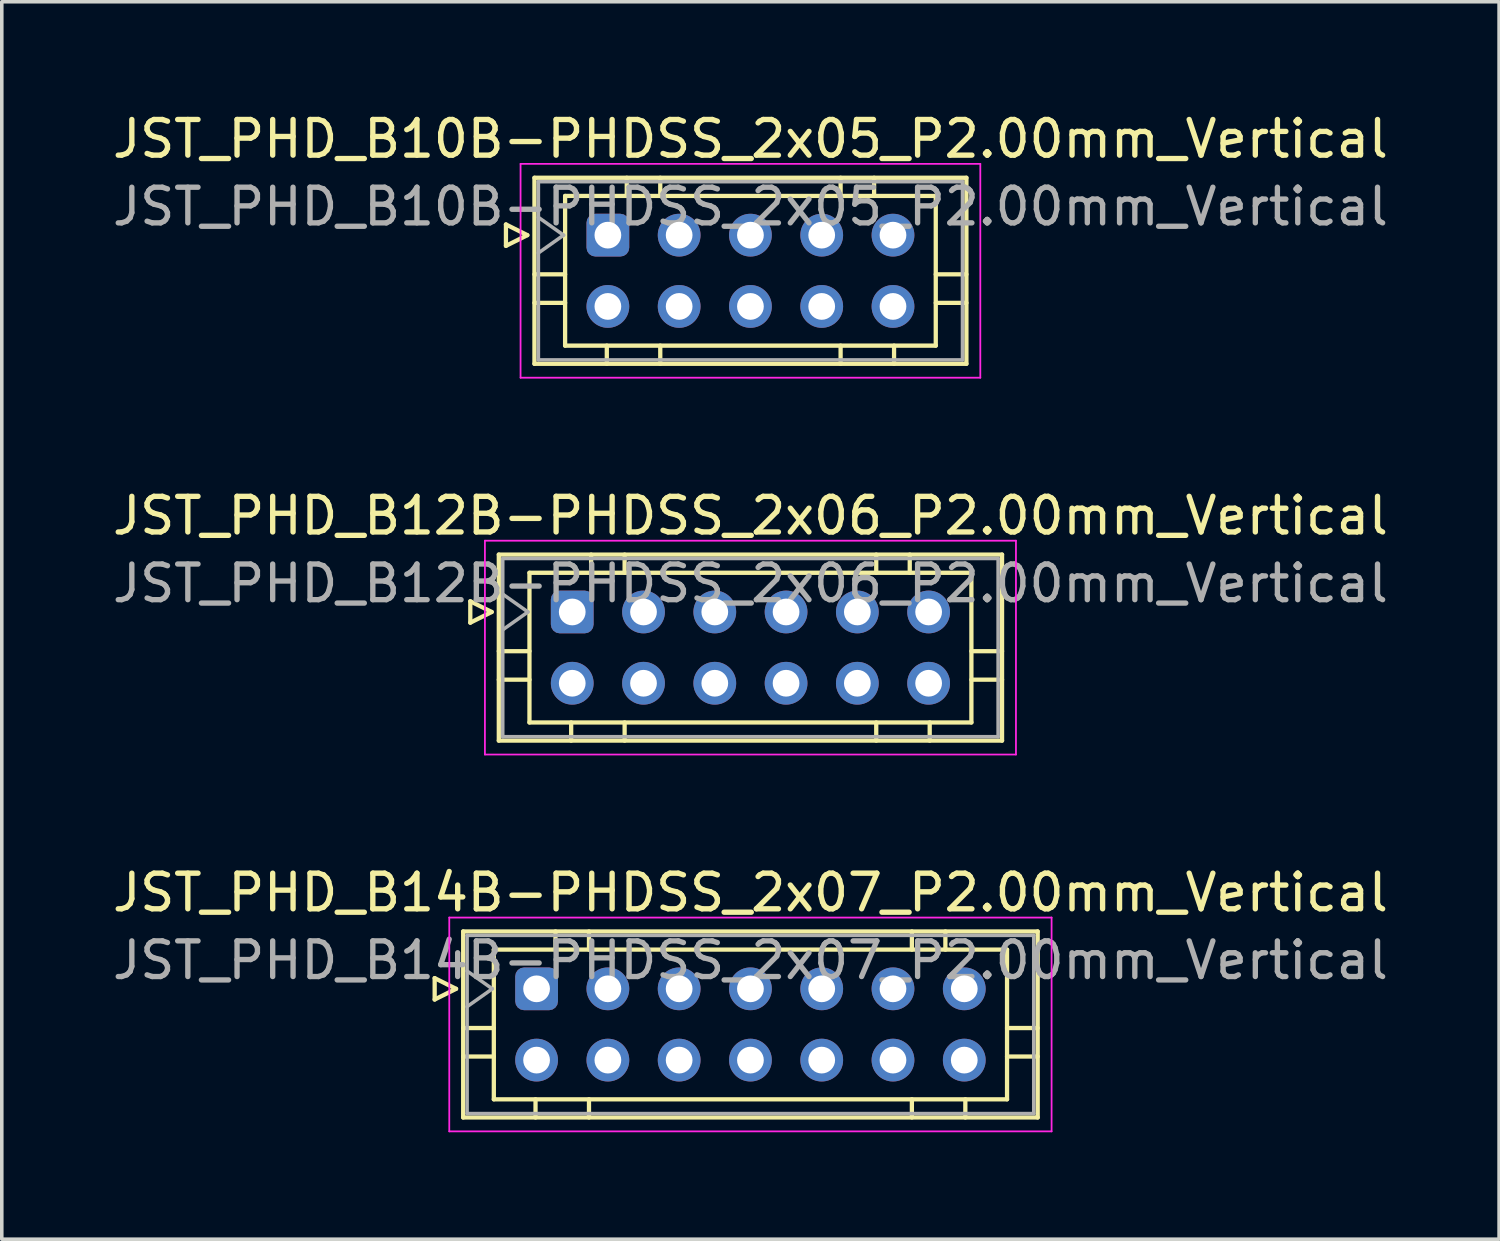
<source format=kicad_pcb>
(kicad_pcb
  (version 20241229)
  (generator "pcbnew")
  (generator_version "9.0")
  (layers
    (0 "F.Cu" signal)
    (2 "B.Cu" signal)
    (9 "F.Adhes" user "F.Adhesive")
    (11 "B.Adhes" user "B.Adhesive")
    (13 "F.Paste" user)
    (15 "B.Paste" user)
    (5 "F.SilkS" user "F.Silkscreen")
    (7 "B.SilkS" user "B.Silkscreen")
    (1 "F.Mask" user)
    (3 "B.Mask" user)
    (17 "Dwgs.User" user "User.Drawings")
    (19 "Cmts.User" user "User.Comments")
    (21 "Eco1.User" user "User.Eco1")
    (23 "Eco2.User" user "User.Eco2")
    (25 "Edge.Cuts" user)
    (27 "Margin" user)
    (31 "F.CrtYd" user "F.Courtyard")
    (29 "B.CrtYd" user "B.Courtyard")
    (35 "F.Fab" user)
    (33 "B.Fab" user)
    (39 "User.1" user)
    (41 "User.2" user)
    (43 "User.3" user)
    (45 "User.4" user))
  (footprint "JST_PHD_B12B-PHDSS_2x06_P2.00mm_Vertical"
    (layer "F.Cu")
    (at 13.006 14.121)
    (property "Reference" "JST_PHD_B12B-PHDSS_2x06_P2.00mm_Vertical" (at 5 -2.7 0) (layer "F.SilkS") (effects (font (size 1 1) (thickness 0.15))))
    (attr through_hole)
    (fp_line (start -2.86 -0.3) (end -2.26 0) (stroke (width 0.12) (type solid)) (layer "F.SilkS"))
    (fp_line (start -2.86 0.3) (end -2.86 -0.3) (stroke (width 0.12) (type solid)) (layer "F.SilkS"))
    (fp_line (start -2.26 0) (end -2.86 0.3) (stroke (width 0.12) (type solid)) (layer "F.SilkS"))
    (fp_line (start -2.06 -1.61) (end -2.06 3.61) (stroke (width 0.12) (type solid)) (layer "F.SilkS"))
    (fp_line (start -2.06 1.1) (end -1.2 1.1) (stroke (width 0.12) (type solid)) (layer "F.SilkS"))
    (fp_line (start -2.06 1.9) (end -1.2 1.9) (stroke (width 0.12) (type solid)) (layer "F.SilkS"))
    (fp_line (start -2.06 3.61) (end 12.06 3.61) (stroke (width 0.12) (type solid)) (layer "F.SilkS"))
    (fp_line (start -1.2 -1.1) (end -1.2 3.1) (stroke (width 0.12) (type solid)) (layer "F.SilkS"))
    (fp_line (start -1.2 3.1) (end 11.2 3.1) (stroke (width 0.12) (type solid)) (layer "F.SilkS"))
    (fp_line (start -0.03 3.61) (end -0.03 3.1) (stroke (width 0.12) (type solid)) (layer "F.SilkS"))
    (fp_line (start 0.53 -1.61) (end 0.53 -1.1) (stroke (width 0.12) (type solid)) (layer "F.SilkS"))
    (fp_line (start 1.47 -1.61) (end 1.47 -1.1) (stroke (width 0.12) (type solid)) (layer "F.SilkS"))
    (fp_line (start 1.47 3.61) (end 1.47 3.1) (stroke (width 0.12) (type solid)) (layer "F.SilkS"))
    (fp_line (start 8.53 -1.61) (end 8.53 -1.1) (stroke (width 0.12) (type solid)) (layer "F.SilkS"))
    (fp_line (start 8.53 3.61) (end 8.53 3.1) (stroke (width 0.12) (type solid)) (layer "F.SilkS"))
    (fp_line (start 9.47 -1.61) (end 9.47 -1.1) (stroke (width 0.12) (type solid)) (layer "F.SilkS"))
    (fp_line (start 10.03 3.61) (end 10.03 3.1) (stroke (width 0.12) (type solid)) (layer "F.SilkS"))
    (fp_line (start 11.2 -1.1) (end -1.2 -1.1) (stroke (width 0.12) (type solid)) (layer "F.SilkS"))
    (fp_line (start 11.2 3.1) (end 11.2 -1.1) (stroke (width 0.12) (type solid)) (layer "F.SilkS"))
    (fp_line (start 12.06 -1.61) (end -2.06 -1.61) (stroke (width 0.12) (type solid)) (layer "F.SilkS"))
    (fp_line (start 12.06 1.1) (end 11.2 1.1) (stroke (width 0.12) (type solid)) (layer "F.SilkS"))
    (fp_line (start 12.06 1.9) (end 11.2 1.9) (stroke (width 0.12) (type solid)) (layer "F.SilkS"))
    (fp_line (start 12.06 3.61) (end 12.06 -1.61) (stroke (width 0.12) (type solid)) (layer "F.SilkS"))
    (fp_line (start -2.45 -2) (end -2.45 4) (stroke (width 0.05) (type solid)) (layer "F.CrtYd"))
    (fp_line (start -2.45 4) (end 12.45 4) (stroke (width 0.05) (type solid)) (layer "F.CrtYd"))
    (fp_line (start 12.45 -2) (end -2.45 -2) (stroke (width 0.05) (type solid)) (layer "F.CrtYd"))
    (fp_line (start 12.45 4) (end 12.45 -2) (stroke (width 0.05) (type solid)) (layer "F.CrtYd"))
    (fp_line (start -1.95 -1.5) (end -1.95 3.5) (stroke (width 0.1) (type solid)) (layer "F.Fab"))
    (fp_line (start -1.95 0.5) (end -1.243 0) (stroke (width 0.1) (type solid)) (layer "F.Fab"))
    (fp_line (start -1.95 3.5) (end 11.95 3.5) (stroke (width 0.1) (type solid)) (layer "F.Fab"))
    (fp_line (start -1.243 0) (end -1.95 -0.5) (stroke (width 0.1) (type solid)) (layer "F.Fab"))
    (fp_line (start 11.95 -1.5) (end -1.95 -1.5) (stroke (width 0.1) (type solid)) (layer "F.Fab"))
    (fp_line (start 11.95 3.5) (end 11.95 -1.5) (stroke (width 0.1) (type solid)) (layer "F.Fab"))
    (fp_text user "${REFERENCE}" (at 5 -0.8 0) (layer "F.Fab") (effects (font (size 1 1) (thickness 0.15))))
    (pad "1" thru_hole roundrect (at 0 0) (size 1.2 1.2) (drill 0.75) (layers "*.Cu" "*.Mask") (roundrect_rratio 0.208))
    (pad "2" thru_hole circle (at 0 2) (size 1.2 1.2) (drill 0.75) (layers "*.Cu" "*.Mask"))
    (pad "3" thru_hole circle (at 2 0) (size 1.2 1.2) (drill 0.75) (layers "*.Cu" "*.Mask"))
    (pad "4" thru_hole circle (at 2 2) (size 1.2 1.2) (drill 0.75) (layers "*.Cu" "*.Mask"))
    (pad "5" thru_hole circle (at 4 0) (size 1.2 1.2) (drill 0.75) (layers "*.Cu" "*.Mask"))
    (pad "6" thru_hole circle (at 4 2) (size 1.2 1.2) (drill 0.75) (layers "*.Cu" "*.Mask"))
    (pad "7" thru_hole circle (at 6 0) (size 1.2 1.2) (drill 0.75) (layers "*.Cu" "*.Mask"))
    (pad "8" thru_hole circle (at 6 2) (size 1.2 1.2) (drill 0.75) (layers "*.Cu" "*.Mask"))
    (pad "9" thru_hole circle (at 8 0) (size 1.2 1.2) (drill 0.75) (layers "*.Cu" "*.Mask"))
    (pad "10" thru_hole circle (at 8 2) (size 1.2 1.2) (drill 0.75) (layers "*.Cu" "*.Mask"))
    (pad "11" thru_hole circle (at 10 0) (size 1.2 1.2) (drill 0.75) (layers "*.Cu" "*.Mask"))
    (pad "12" thru_hole circle (at 10 2) (size 1.2 1.2) (drill 0.75) (layers "*.Cu" "*.Mask")))
  (footprint "JST_PHD_B10B-PHDSS_2x05_P2.00mm_Vertical"
    (layer "F.Cu")
    (at 14.006 3.548)
    (property "Reference" "JST_PHD_B10B-PHDSS_2x05_P2.00mm_Vertical" (at 4 -2.7 0) (layer "F.SilkS") (effects (font (size 1 1) (thickness 0.15))))
    (attr through_hole)
    (fp_line (start -2.86 -0.3) (end -2.26 0) (stroke (width 0.12) (type solid)) (layer "F.SilkS"))
    (fp_line (start -2.86 0.3) (end -2.86 -0.3) (stroke (width 0.12) (type solid)) (layer "F.SilkS"))
    (fp_line (start -2.26 0) (end -2.86 0.3) (stroke (width 0.12) (type solid)) (layer "F.SilkS"))
    (fp_line (start -2.06 -1.61) (end -2.06 3.61) (stroke (width 0.12) (type solid)) (layer "F.SilkS"))
    (fp_line (start -2.06 1.1) (end -1.2 1.1) (stroke (width 0.12) (type solid)) (layer "F.SilkS"))
    (fp_line (start -2.06 1.9) (end -1.2 1.9) (stroke (width 0.12) (type solid)) (layer "F.SilkS"))
    (fp_line (start -2.06 3.61) (end 10.06 3.61) (stroke (width 0.12) (type solid)) (layer "F.SilkS"))
    (fp_line (start -1.2 -1.1) (end -1.2 3.1) (stroke (width 0.12) (type solid)) (layer "F.SilkS"))
    (fp_line (start -1.2 3.1) (end 9.2 3.1) (stroke (width 0.12) (type solid)) (layer "F.SilkS"))
    (fp_line (start -0.03 3.61) (end -0.03 3.1) (stroke (width 0.12) (type solid)) (layer "F.SilkS"))
    (fp_line (start 0.53 -1.61) (end 0.53 -1.1) (stroke (width 0.12) (type solid)) (layer "F.SilkS"))
    (fp_line (start 1.47 -1.61) (end 1.47 -1.1) (stroke (width 0.12) (type solid)) (layer "F.SilkS"))
    (fp_line (start 1.47 3.61) (end 1.47 3.1) (stroke (width 0.12) (type solid)) (layer "F.SilkS"))
    (fp_line (start 6.53 -1.61) (end 6.53 -1.1) (stroke (width 0.12) (type solid)) (layer "F.SilkS"))
    (fp_line (start 6.53 3.61) (end 6.53 3.1) (stroke (width 0.12) (type solid)) (layer "F.SilkS"))
    (fp_line (start 7.47 -1.61) (end 7.47 -1.1) (stroke (width 0.12) (type solid)) (layer "F.SilkS"))
    (fp_line (start 8.03 3.61) (end 8.03 3.1) (stroke (width 0.12) (type solid)) (layer "F.SilkS"))
    (fp_line (start 9.2 -1.1) (end -1.2 -1.1) (stroke (width 0.12) (type solid)) (layer "F.SilkS"))
    (fp_line (start 9.2 3.1) (end 9.2 -1.1) (stroke (width 0.12) (type solid)) (layer "F.SilkS"))
    (fp_line (start 10.06 -1.61) (end -2.06 -1.61) (stroke (width 0.12) (type solid)) (layer "F.SilkS"))
    (fp_line (start 10.06 1.1) (end 9.2 1.1) (stroke (width 0.12) (type solid)) (layer "F.SilkS"))
    (fp_line (start 10.06 1.9) (end 9.2 1.9) (stroke (width 0.12) (type solid)) (layer "F.SilkS"))
    (fp_line (start 10.06 3.61) (end 10.06 -1.61) (stroke (width 0.12) (type solid)) (layer "F.SilkS"))
    (fp_line (start -2.45 -2) (end -2.45 4) (stroke (width 0.05) (type solid)) (layer "F.CrtYd"))
    (fp_line (start -2.45 4) (end 10.45 4) (stroke (width 0.05) (type solid)) (layer "F.CrtYd"))
    (fp_line (start 10.45 -2) (end -2.45 -2) (stroke (width 0.05) (type solid)) (layer "F.CrtYd"))
    (fp_line (start 10.45 4) (end 10.45 -2) (stroke (width 0.05) (type solid)) (layer "F.CrtYd"))
    (fp_line (start -1.95 -1.5) (end -1.95 3.5) (stroke (width 0.1) (type solid)) (layer "F.Fab"))
    (fp_line (start -1.95 0.5) (end -1.243 0) (stroke (width 0.1) (type solid)) (layer "F.Fab"))
    (fp_line (start -1.95 3.5) (end 9.95 3.5) (stroke (width 0.1) (type solid)) (layer "F.Fab"))
    (fp_line (start -1.243 0) (end -1.95 -0.5) (stroke (width 0.1) (type solid)) (layer "F.Fab"))
    (fp_line (start 9.95 -1.5) (end -1.95 -1.5) (stroke (width 0.1) (type solid)) (layer "F.Fab"))
    (fp_line (start 9.95 3.5) (end 9.95 -1.5) (stroke (width 0.1) (type solid)) (layer "F.Fab"))
    (fp_text user "${REFERENCE}" (at 4 -0.8 0) (layer "F.Fab") (effects (font (size 1 1) (thickness 0.15))))
    (pad "1" thru_hole roundrect (at 0 0) (size 1.2 1.2) (drill 0.75) (layers "*.Cu" "*.Mask") (roundrect_rratio 0.208))
    (pad "2" thru_hole circle (at 0 2) (size 1.2 1.2) (drill 0.75) (layers "*.Cu" "*.Mask"))
    (pad "3" thru_hole circle (at 2 0) (size 1.2 1.2) (drill 0.75) (layers "*.Cu" "*.Mask"))
    (pad "4" thru_hole circle (at 2 2) (size 1.2 1.2) (drill 0.75) (layers "*.Cu" "*.Mask"))
    (pad "5" thru_hole circle (at 4 0) (size 1.2 1.2) (drill 0.75) (layers "*.Cu" "*.Mask"))
    (pad "6" thru_hole circle (at 4 2) (size 1.2 1.2) (drill 0.75) (layers "*.Cu" "*.Mask"))
    (pad "7" thru_hole circle (at 6 0) (size 1.2 1.2) (drill 0.75) (layers "*.Cu" "*.Mask"))
    (pad "8" thru_hole circle (at 6 2) (size 1.2 1.2) (drill 0.75) (layers "*.Cu" "*.Mask"))
    (pad "9" thru_hole circle (at 8 0) (size 1.2 1.2) (drill 0.75) (layers "*.Cu" "*.Mask"))
    (pad "10" thru_hole circle (at 8 2) (size 1.2 1.2) (drill 0.75) (layers "*.Cu" "*.Mask")))
  (footprint "JST_PHD_B14B-PHDSS_2x07_P2.00mm_Vertical"
    (layer "F.Cu")
    (at 12.006 24.695)
    (property "Reference" "JST_PHD_B14B-PHDSS_2x07_P2.00mm_Vertical" (at 6 -2.7 0) (layer "F.SilkS") (effects (font (size 1 1) (thickness 0.15))))
    (attr through_hole)
    (fp_line (start -2.86 -0.3) (end -2.26 0) (stroke (width 0.12) (type solid)) (layer "F.SilkS"))
    (fp_line (start -2.86 0.3) (end -2.86 -0.3) (stroke (width 0.12) (type solid)) (layer "F.SilkS"))
    (fp_line (start -2.26 0) (end -2.86 0.3) (stroke (width 0.12) (type solid)) (layer "F.SilkS"))
    (fp_line (start -2.06 -1.61) (end -2.06 3.61) (stroke (width 0.12) (type solid)) (layer "F.SilkS"))
    (fp_line (start -2.06 1.1) (end -1.2 1.1) (stroke (width 0.12) (type solid)) (layer "F.SilkS"))
    (fp_line (start -2.06 1.9) (end -1.2 1.9) (stroke (width 0.12) (type solid)) (layer "F.SilkS"))
    (fp_line (start -2.06 3.61) (end 14.06 3.61) (stroke (width 0.12) (type solid)) (layer "F.SilkS"))
    (fp_line (start -1.2 -1.1) (end -1.2 3.1) (stroke (width 0.12) (type solid)) (layer "F.SilkS"))
    (fp_line (start -1.2 3.1) (end 13.2 3.1) (stroke (width 0.12) (type solid)) (layer "F.SilkS"))
    (fp_line (start -0.03 3.61) (end -0.03 3.1) (stroke (width 0.12) (type solid)) (layer "F.SilkS"))
    (fp_line (start 0.53 -1.61) (end 0.53 -1.1) (stroke (width 0.12) (type solid)) (layer "F.SilkS"))
    (fp_line (start 1.47 -1.61) (end 1.47 -1.1) (stroke (width 0.12) (type solid)) (layer "F.SilkS"))
    (fp_line (start 1.47 3.61) (end 1.47 3.1) (stroke (width 0.12) (type solid)) (layer "F.SilkS"))
    (fp_line (start 10.53 -1.61) (end 10.53 -1.1) (stroke (width 0.12) (type solid)) (layer "F.SilkS"))
    (fp_line (start 10.53 3.61) (end 10.53 3.1) (stroke (width 0.12) (type solid)) (layer "F.SilkS"))
    (fp_line (start 11.47 -1.61) (end 11.47 -1.1) (stroke (width 0.12) (type solid)) (layer "F.SilkS"))
    (fp_line (start 12.03 3.61) (end 12.03 3.1) (stroke (width 0.12) (type solid)) (layer "F.SilkS"))
    (fp_line (start 13.2 -1.1) (end -1.2 -1.1) (stroke (width 0.12) (type solid)) (layer "F.SilkS"))
    (fp_line (start 13.2 3.1) (end 13.2 -1.1) (stroke (width 0.12) (type solid)) (layer "F.SilkS"))
    (fp_line (start 14.06 -1.61) (end -2.06 -1.61) (stroke (width 0.12) (type solid)) (layer "F.SilkS"))
    (fp_line (start 14.06 1.1) (end 13.2 1.1) (stroke (width 0.12) (type solid)) (layer "F.SilkS"))
    (fp_line (start 14.06 1.9) (end 13.2 1.9) (stroke (width 0.12) (type solid)) (layer "F.SilkS"))
    (fp_line (start 14.06 3.61) (end 14.06 -1.61) (stroke (width 0.12) (type solid)) (layer "F.SilkS"))
    (fp_line (start -2.45 -2) (end -2.45 4) (stroke (width 0.05) (type solid)) (layer "F.CrtYd"))
    (fp_line (start -2.45 4) (end 14.45 4) (stroke (width 0.05) (type solid)) (layer "F.CrtYd"))
    (fp_line (start 14.45 -2) (end -2.45 -2) (stroke (width 0.05) (type solid)) (layer "F.CrtYd"))
    (fp_line (start 14.45 4) (end 14.45 -2) (stroke (width 0.05) (type solid)) (layer "F.CrtYd"))
    (fp_line (start -1.95 -1.5) (end -1.95 3.5) (stroke (width 0.1) (type solid)) (layer "F.Fab"))
    (fp_line (start -1.95 0.5) (end -1.243 0) (stroke (width 0.1) (type solid)) (layer "F.Fab"))
    (fp_line (start -1.95 3.5) (end 13.95 3.5) (stroke (width 0.1) (type solid)) (layer "F.Fab"))
    (fp_line (start -1.243 0) (end -1.95 -0.5) (stroke (width 0.1) (type solid)) (layer "F.Fab"))
    (fp_line (start 13.95 -1.5) (end -1.95 -1.5) (stroke (width 0.1) (type solid)) (layer "F.Fab"))
    (fp_line (start 13.95 3.5) (end 13.95 -1.5) (stroke (width 0.1) (type solid)) (layer "F.Fab"))
    (fp_text user "${REFERENCE}" (at 6 -0.8 0) (layer "F.Fab") (effects (font (size 1 1) (thickness 0.15))))
    (pad "1" thru_hole roundrect (at 0 0) (size 1.2 1.2) (drill 0.75) (layers "*.Cu" "*.Mask") (roundrect_rratio 0.208))
    (pad "2" thru_hole circle (at 0 2) (size 1.2 1.2) (drill 0.75) (layers "*.Cu" "*.Mask"))
    (pad "3" thru_hole circle (at 2 0) (size 1.2 1.2) (drill 0.75) (layers "*.Cu" "*.Mask"))
    (pad "4" thru_hole circle (at 2 2) (size 1.2 1.2) (drill 0.75) (layers "*.Cu" "*.Mask"))
    (pad "5" thru_hole circle (at 4 0) (size 1.2 1.2) (drill 0.75) (layers "*.Cu" "*.Mask"))
    (pad "6" thru_hole circle (at 4 2) (size 1.2 1.2) (drill 0.75) (layers "*.Cu" "*.Mask"))
    (pad "7" thru_hole circle (at 6 0) (size 1.2 1.2) (drill 0.75) (layers "*.Cu" "*.Mask"))
    (pad "8" thru_hole circle (at 6 2) (size 1.2 1.2) (drill 0.75) (layers "*.Cu" "*.Mask"))
    (pad "9" thru_hole circle (at 8 0) (size 1.2 1.2) (drill 0.75) (layers "*.Cu" "*.Mask"))
    (pad "10" thru_hole circle (at 8 2) (size 1.2 1.2) (drill 0.75) (layers "*.Cu" "*.Mask"))
    (pad "11" thru_hole circle (at 10 0) (size 1.2 1.2) (drill 0.75) (layers "*.Cu" "*.Mask"))
    (pad "12" thru_hole circle (at 10 2) (size 1.2 1.2) (drill 0.75) (layers "*.Cu" "*.Mask"))
    (pad "13" thru_hole circle (at 12 0) (size 1.2 1.2) (drill 0.75) (layers "*.Cu" "*.Mask"))
    (pad "14" thru_hole circle (at 12 2) (size 1.2 1.2) (drill 0.75) (layers "*.Cu" "*.Mask")))
  (gr_rect
    (start -3 -3)
    (end 39.012 31.72)
    (stroke (width 0.1) (type default))
    (fill no)
    (layer "Edge.Cuts")))
</source>
